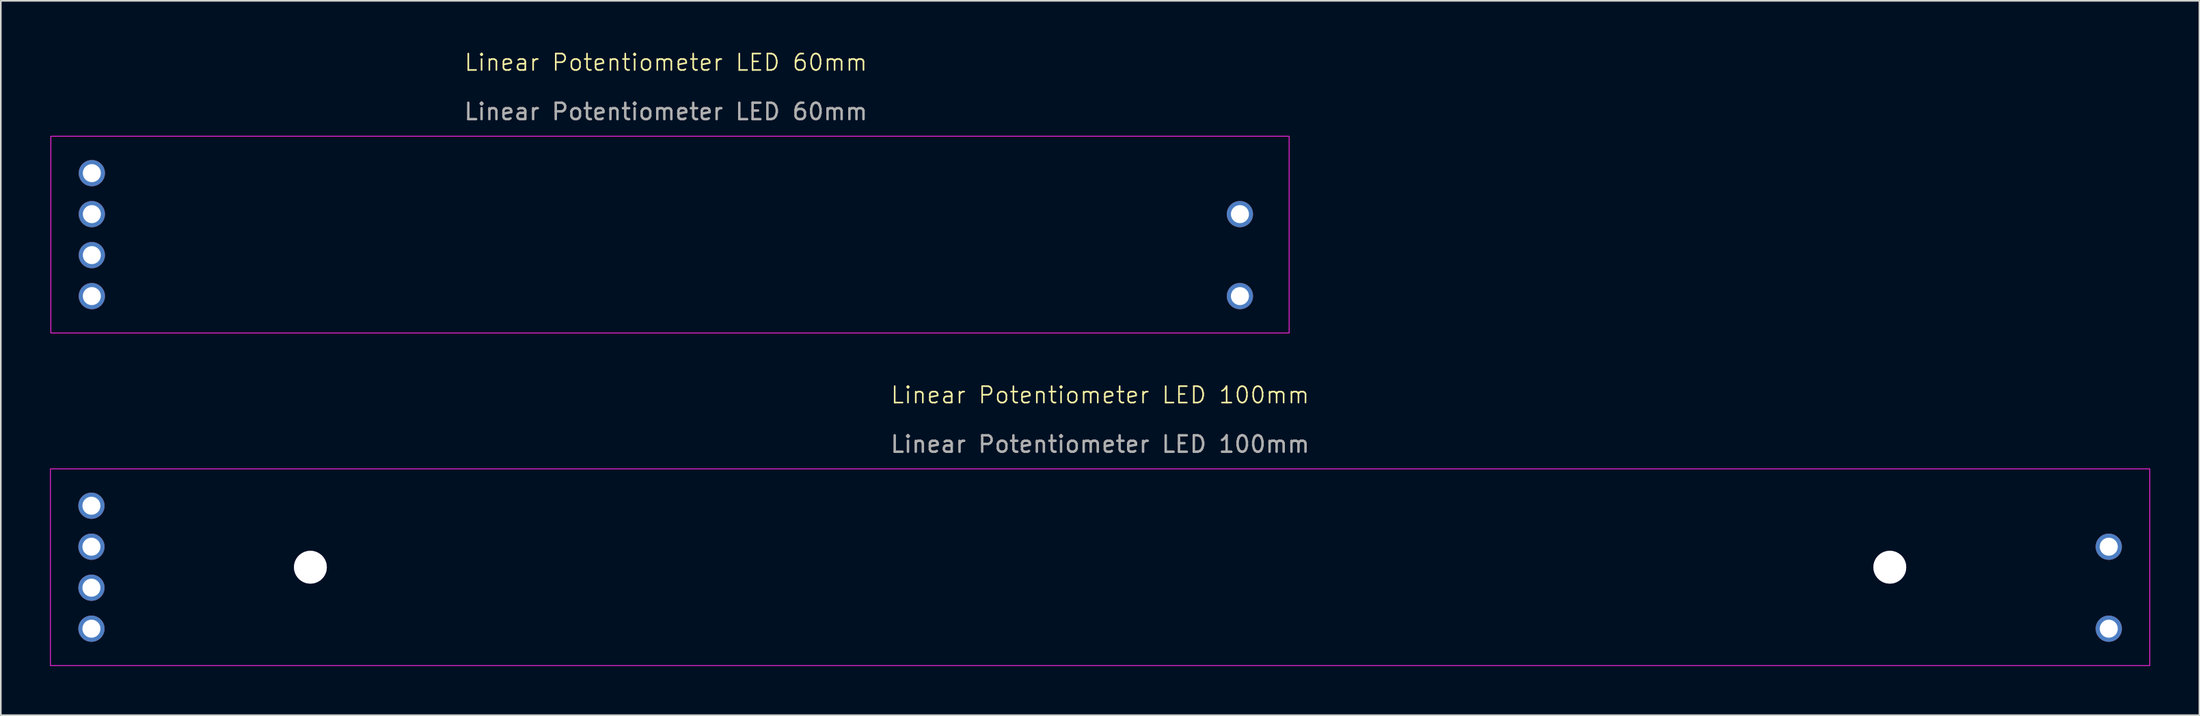
<source format=kicad_pcb>
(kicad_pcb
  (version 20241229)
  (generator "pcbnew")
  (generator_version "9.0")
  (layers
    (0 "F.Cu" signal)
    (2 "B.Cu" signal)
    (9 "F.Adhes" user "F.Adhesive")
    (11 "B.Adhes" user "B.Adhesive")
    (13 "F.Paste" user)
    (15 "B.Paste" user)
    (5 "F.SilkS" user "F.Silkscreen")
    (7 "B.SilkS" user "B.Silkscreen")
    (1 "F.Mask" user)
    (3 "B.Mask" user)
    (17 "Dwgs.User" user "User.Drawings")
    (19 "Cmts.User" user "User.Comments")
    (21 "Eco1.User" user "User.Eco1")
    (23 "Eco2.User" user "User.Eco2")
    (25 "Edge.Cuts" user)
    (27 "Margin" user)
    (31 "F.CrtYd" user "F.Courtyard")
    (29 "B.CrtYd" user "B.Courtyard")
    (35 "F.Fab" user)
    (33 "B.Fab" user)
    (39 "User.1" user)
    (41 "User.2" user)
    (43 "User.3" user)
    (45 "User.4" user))
  (footprint "Linear Potentiometer LED 100mm"
    (layer "F.Cu")
    (at 64.025 21.546)
    (property "Reference" "Linear Potentiometer LED 100mm" (at 0 -0.5 0) (unlocked yes) (layer "F.SilkS") (effects (font (size 1 1) (thickness 0.1))))
    (attr through_hole)
    (fp_rect (start -64 4) (end 64 16) (stroke (width 0.05) (type default)) (fill no) (layer "F.CrtYd"))
    (fp_line (start -61.5 10) (end 0 10) (stroke (width 0.1) (type default)) (layer "User.2"))
    (fp_line (start 61.5 10) (end 0 10) (stroke (width 0.1) (type default)) (layer "User.2"))
    (fp_text user "${REFERENCE}" (at 0 2.5 0) (unlocked yes) (layer "F.Fab") (effects (font (size 1 1) (thickness 0.15))))
    (pad "" thru_hole circle (at -61.5 11.25) (size 1.6 1.6) (drill 1.1) (layers "*.Cu" "*.Mask"))
    (pad "" thru_hole circle (at -48.15 10) (size 2 2) (drill 2) (layers "*.Cu" "*.Mask"))
    (pad "" thru_hole circle (at 48.15 10 180) (size 2 2) (drill 2) (layers "*.Cu" "*.Mask"))
    (pad "1" thru_hole circle (at -61.5 8.75) (size 1.6 1.6) (drill 1.1) (layers "*.Cu" "*.Mask"))
    (pad "2" thru_hole circle (at -61.5 6.25) (size 1.6 1.6) (drill 1.1) (layers "*.Cu" "*.Mask"))
    (pad "3" thru_hole circle (at 61.5 8.75 180) (size 1.6 1.6) (drill 1.1) (layers "*.Cu" "*.Mask"))
    (pad "4" thru_hole circle (at -61.5 13.75) (size 1.6 1.6) (drill 1.1) (layers "*.Cu" "*.Mask"))
    (pad "5" thru_hole circle (at 61.5 13.75 180) (size 1.6 1.6) (drill 1.1) (layers "*.Cu" "*.Mask")))
  (footprint "Linear Potentiometer LED 60mm"
    (layer "F.Cu")
    (at 37.55 1.26)
    (property "Reference" "Linear Potentiometer LED 60mm" (at 0 -0.5 0) (unlocked yes) (layer "F.SilkS") (effects (font (size 1 1) (thickness 0.1))))
    (attr through_hole)
    (fp_rect (start -37.5 4) (end 38 16) (stroke (width 0.05) (type default)) (fill no) (layer "F.CrtYd"))
    (fp_line (start -37.5 10) (end 0 10) (stroke (width 0.1) (type default)) (layer "User.2"))
    (fp_line (start 38 10) (end 0 10) (stroke (width 0.1) (type default)) (layer "User.2"))
    (fp_text user "${REFERENCE}" (at 0 2.5 0) (unlocked yes) (layer "F.Fab") (effects (font (size 1 1) (thickness 0.15))))
    (pad "" thru_hole circle (at -35 11.25) (size 1.6 1.6) (drill 1.1) (layers "*.Cu" "*.Mask"))
    (pad "1" thru_hole circle (at -35 8.75) (size 1.6 1.6) (drill 1.1) (layers "*.Cu" "*.Mask"))
    (pad "2" thru_hole circle (at -35 6.25) (size 1.6 1.6) (drill 1.1) (layers "*.Cu" "*.Mask"))
    (pad "3" thru_hole circle (at 35 8.75 180) (size 1.6 1.6) (drill 1.1) (layers "*.Cu" "*.Mask"))
    (pad "4" thru_hole circle (at -35 13.75) (size 1.6 1.6) (drill 1.1) (layers "*.Cu" "*.Mask"))
    (pad "5" thru_hole circle (at 35 13.75 180) (size 1.6 1.6) (drill 1.1) (layers "*.Cu" "*.Mask")))
  (gr_rect
    (start -3 -3)
    (end 131.05 40.571)
    (stroke (width 0.1) (type default))
    (fill no)
    (layer "Edge.Cuts")))
</source>
